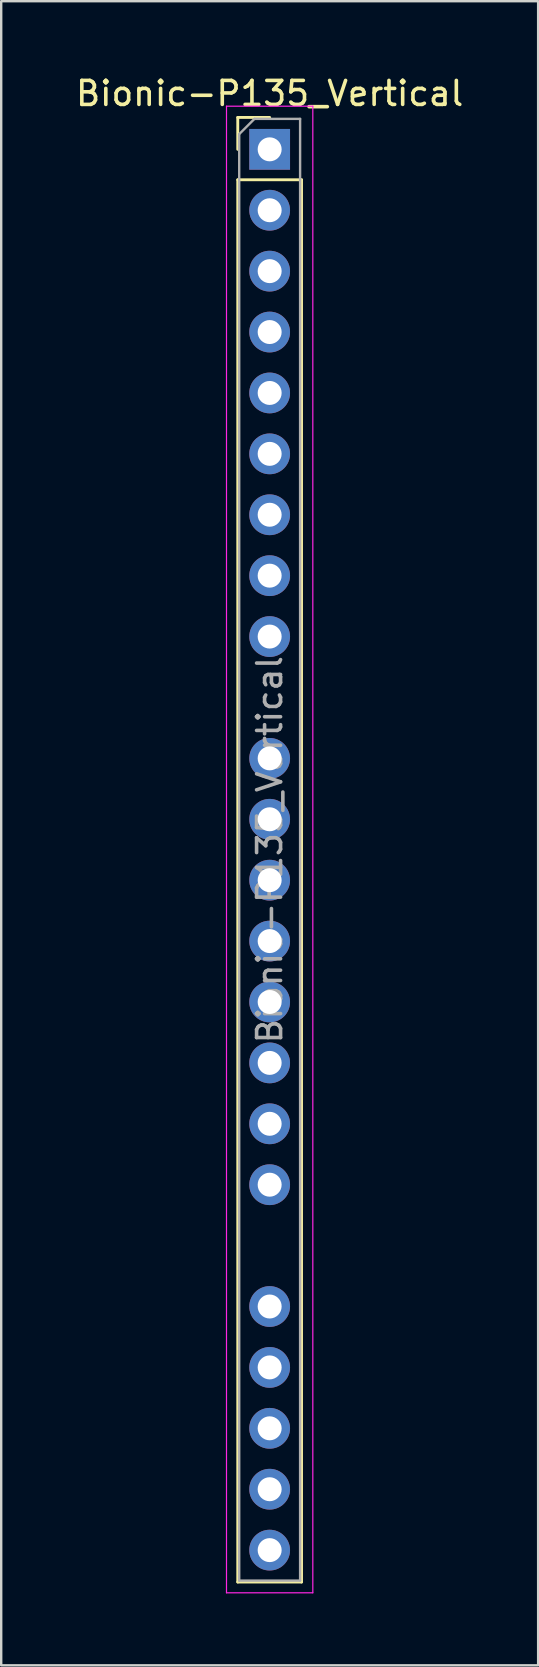
<source format=kicad_pcb>
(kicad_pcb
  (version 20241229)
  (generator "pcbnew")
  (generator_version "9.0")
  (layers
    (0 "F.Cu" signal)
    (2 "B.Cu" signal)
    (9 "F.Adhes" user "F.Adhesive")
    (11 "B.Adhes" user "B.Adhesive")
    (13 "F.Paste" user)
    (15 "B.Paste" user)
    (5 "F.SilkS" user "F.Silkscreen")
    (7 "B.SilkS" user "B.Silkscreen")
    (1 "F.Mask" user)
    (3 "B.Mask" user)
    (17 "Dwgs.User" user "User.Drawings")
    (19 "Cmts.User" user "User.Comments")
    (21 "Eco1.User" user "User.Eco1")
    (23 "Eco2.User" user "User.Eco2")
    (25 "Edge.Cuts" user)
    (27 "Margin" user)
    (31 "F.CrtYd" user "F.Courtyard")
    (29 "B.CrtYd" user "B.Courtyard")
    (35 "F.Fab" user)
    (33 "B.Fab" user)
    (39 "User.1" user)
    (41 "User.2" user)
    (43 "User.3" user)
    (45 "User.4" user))
  (footprint "Bionic-P135_Vertical"
    (layer "F.Cu")
    (at 8.196 3.178)
    (property "Reference" "Bionic-P135_Vertical" (at 0 -2.33 0) (layer "F.SilkS") (effects (font (size 1 1) (thickness 0.15))))
    (attr through_hole)
    (fp_line (start -1.33 -1.33) (end 0 -1.33) (stroke (width 0.12) (type solid)) (layer "F.SilkS"))
    (fp_line (start -1.33 0) (end -1.33 -1.33) (stroke (width 0.12) (type solid)) (layer "F.SilkS"))
    (fp_line (start -1.33 1.27) (end -1.33 59.75) (stroke (width 0.12) (type solid)) (layer "F.SilkS"))
    (fp_line (start -1.33 1.27) (end 1.33 1.27) (stroke (width 0.12) (type solid)) (layer "F.SilkS"))
    (fp_line (start -1.33 59.75) (end 1.33 59.75) (stroke (width 0.12) (type solid)) (layer "F.SilkS"))
    (fp_line (start 1.33 1.27) (end 1.33 59.75) (stroke (width 0.12) (type solid)) (layer "F.SilkS"))
    (fp_line (start -1.8 -1.8) (end -1.8 60.2) (stroke (width 0.05) (type solid)) (layer "F.CrtYd"))
    (fp_line (start -1.8 60.2) (end 1.8 60.2) (stroke (width 0.05) (type solid)) (layer "F.CrtYd"))
    (fp_line (start 1.8 -1.8) (end -1.8 -1.8) (stroke (width 0.05) (type solid)) (layer "F.CrtYd"))
    (fp_line (start 1.8 60.2) (end 1.8 -1.8) (stroke (width 0.05) (type solid)) (layer "F.CrtYd"))
    (fp_line (start -1.27 -0.635) (end -0.635 -1.27) (stroke (width 0.1) (type solid)) (layer "F.Fab"))
    (fp_line (start -1.27 59.69) (end -1.27 -0.635) (stroke (width 0.1) (type solid)) (layer "F.Fab"))
    (fp_line (start -0.635 -1.27) (end 1.27 -1.27) (stroke (width 0.1) (type solid)) (layer "F.Fab"))
    (fp_line (start 1.27 -1.27) (end 1.27 59.69) (stroke (width 0.1) (type solid)) (layer "F.Fab"))
    (fp_line (start 1.27 59.69) (end -1.27 59.69) (stroke (width 0.1) (type solid)) (layer "F.Fab"))
    (fp_text user "${REFERENCE}" (at 0 29.21 90) (layer "F.Fab") (effects (font (size 1 1) (thickness 0.15))))
    (pad "1" thru_hole rect (at 0 0) (size 1.7 1.7) (drill 1) (layers "*.Cu" "*.Mask"))
    (pad "2" thru_hole oval (at 0 2.54) (size 1.7 1.7) (drill 1) (layers "*.Cu" "*.Mask"))
    (pad "3" thru_hole oval (at 0 5.08) (size 1.7 1.7) (drill 1) (layers "*.Cu" "*.Mask"))
    (pad "4" thru_hole oval (at 0 7.62) (size 1.7 1.7) (drill 1) (layers "*.Cu" "*.Mask"))
    (pad "5" thru_hole oval (at 0 10.16) (size 1.7 1.7) (drill 1) (layers "*.Cu" "*.Mask"))
    (pad "6" thru_hole oval (at 0 12.7) (size 1.7 1.7) (drill 1) (layers "*.Cu" "*.Mask"))
    (pad "7" thru_hole oval (at 0 15.24) (size 1.7 1.7) (drill 1) (layers "*.Cu" "*.Mask"))
    (pad "8" thru_hole oval (at 0 17.78) (size 1.7 1.7) (drill 1) (layers "*.Cu" "*.Mask"))
    (pad "9" thru_hole oval (at 0 20.32) (size 1.7 1.7) (drill 1) (layers "*.Cu" "*.Mask"))
    (pad "11" thru_hole oval (at 0 25.4) (size 1.7 1.7) (drill 1) (layers "*.Cu" "*.Mask"))
    (pad "12" thru_hole oval (at 0 27.94) (size 1.7 1.7) (drill 1) (layers "*.Cu" "*.Mask"))
    (pad "13" thru_hole oval (at 0 30.48) (size 1.7 1.7) (drill 1) (layers "*.Cu" "*.Mask"))
    (pad "14" thru_hole oval (at 0 33.02) (size 1.7 1.7) (drill 1) (layers "*.Cu" "*.Mask"))
    (pad "15" thru_hole oval (at 0 35.56) (size 1.7 1.7) (drill 1) (layers "*.Cu" "*.Mask"))
    (pad "16" thru_hole oval (at 0 38.1) (size 1.7 1.7) (drill 1) (layers "*.Cu" "*.Mask"))
    (pad "17" thru_hole oval (at 0 40.64) (size 1.7 1.7) (drill 1) (layers "*.Cu" "*.Mask"))
    (pad "18" thru_hole oval (at 0 43.18) (size 1.7 1.7) (drill 1) (layers "*.Cu" "*.Mask"))
    (pad "20" thru_hole oval (at 0 48.26) (size 1.7 1.7) (drill 1) (layers "*.Cu" "*.Mask"))
    (pad "21" thru_hole oval (at 0 50.8) (size 1.7 1.7) (drill 1) (layers "*.Cu" "*.Mask"))
    (pad "22" thru_hole oval (at 0 53.34) (size 1.7 1.7) (drill 1) (layers "*.Cu" "*.Mask"))
    (pad "23" thru_hole oval (at 0 55.88) (size 1.7 1.7) (drill 1) (layers "*.Cu" "*.Mask"))
    (pad "24" thru_hole oval (at 0 58.42) (size 1.7 1.7) (drill 1) (layers "*.Cu" "*.Mask")))
  (gr_rect
    (start -3 -3)
    (end 19.393 66.403)
    (stroke (width 0.1) (type default))
    (fill no)
    (layer "Edge.Cuts")))
</source>
